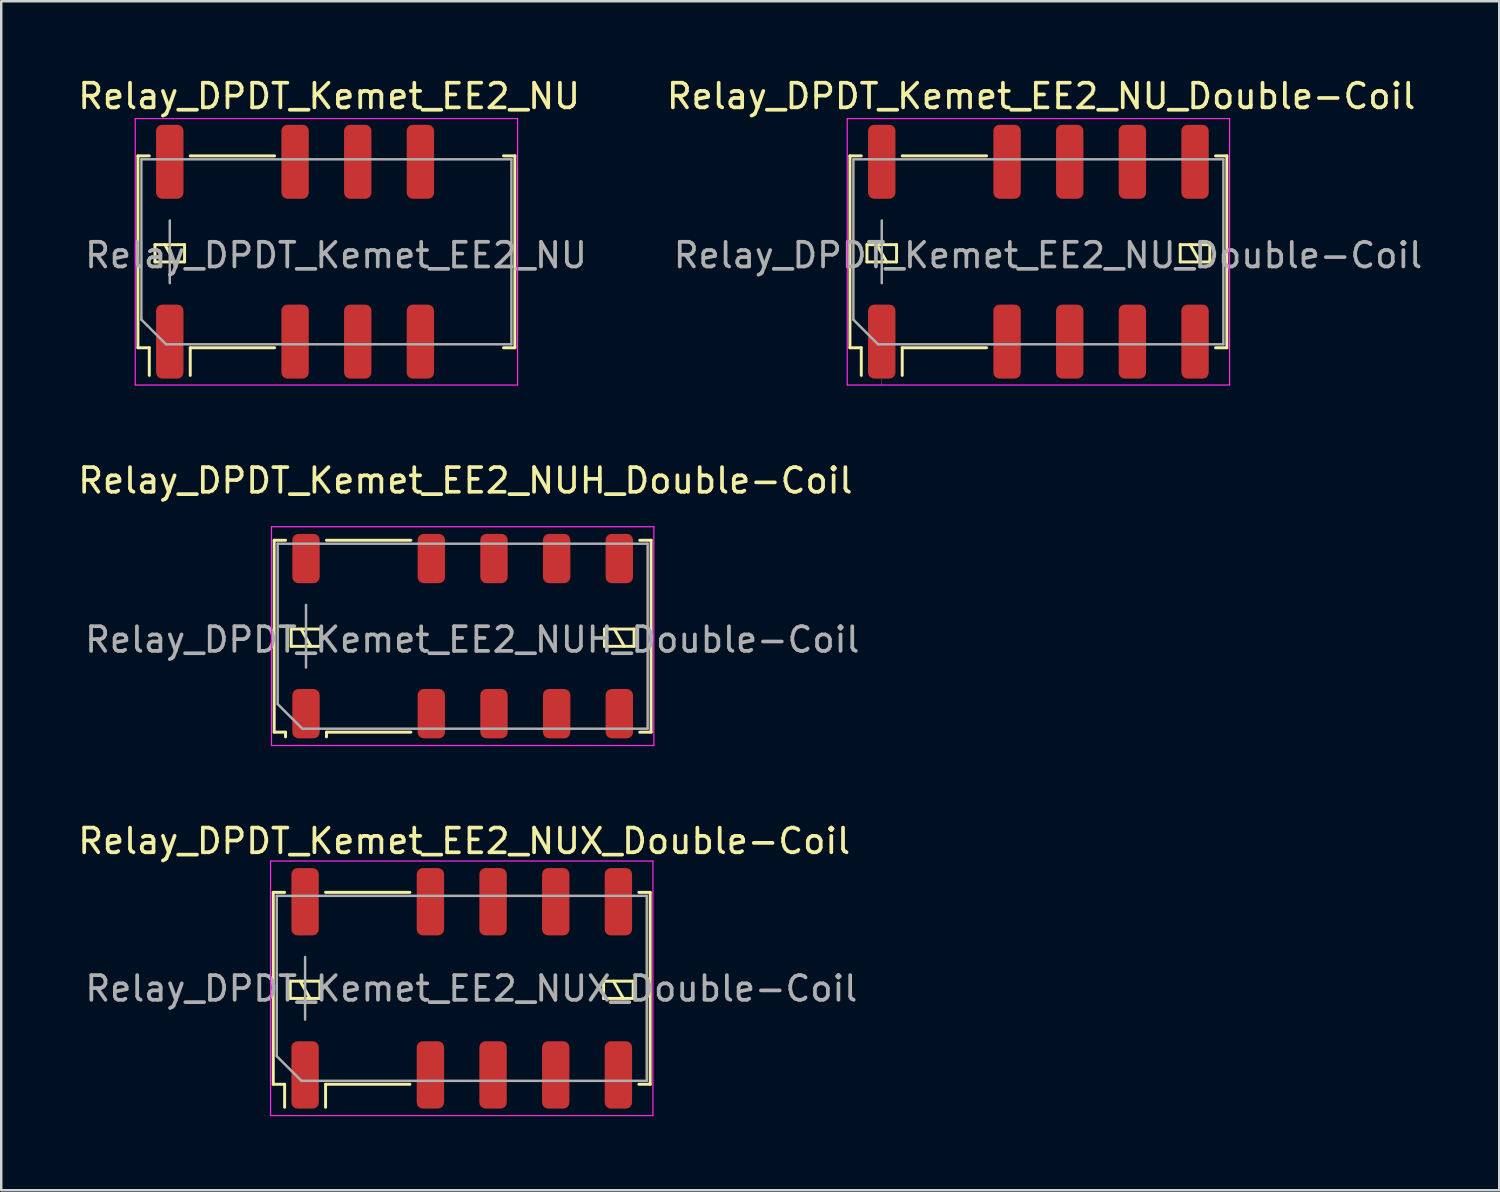
<source format=kicad_pcb>
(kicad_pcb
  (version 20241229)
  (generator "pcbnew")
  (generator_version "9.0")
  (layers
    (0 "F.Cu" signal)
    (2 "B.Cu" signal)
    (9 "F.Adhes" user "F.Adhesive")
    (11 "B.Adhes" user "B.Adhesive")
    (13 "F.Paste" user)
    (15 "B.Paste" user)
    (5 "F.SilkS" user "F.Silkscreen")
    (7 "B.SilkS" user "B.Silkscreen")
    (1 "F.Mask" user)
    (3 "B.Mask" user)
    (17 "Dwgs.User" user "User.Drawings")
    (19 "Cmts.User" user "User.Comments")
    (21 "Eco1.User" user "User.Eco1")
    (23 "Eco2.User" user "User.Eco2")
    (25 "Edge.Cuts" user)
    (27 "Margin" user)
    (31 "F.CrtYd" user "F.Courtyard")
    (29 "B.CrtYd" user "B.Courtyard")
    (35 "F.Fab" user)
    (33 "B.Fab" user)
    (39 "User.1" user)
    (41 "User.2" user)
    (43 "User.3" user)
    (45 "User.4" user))
  (footprint "Relay_DPDT_Kemet_EE2_NU"
    (layer "F.Cu")
    (at 8.912 7.143)
    (property "Reference" "Relay_DPDT_Kemet_EE2_NU" (at 1.38 -6.295 180) (layer "F.SilkS") (effects (font (size 1 1) (thickness 0.15))))
    (attr smd)
    (fp_line (start -6.37 -3.875) (end -6.37 3.905) (stroke (width 0.12) (type solid)) (layer "F.SilkS"))
    (fp_line (start -6.37 -3.875) (end -5.91 -3.875) (stroke (width 0.12) (type solid)) (layer "F.SilkS"))
    (fp_line (start -6.37 3.905) (end -5.91 3.905) (stroke (width 0.12) (type solid)) (layer "F.SilkS"))
    (fp_line (start -5.91 3.905) (end -5.91 5.025) (stroke (width 0.12) (type solid)) (layer "F.SilkS"))
    (fp_line (start -5.68 -0.275) (end -5.68 0.425) (stroke (width 0.12) (type solid)) (layer "F.SilkS"))
    (fp_line (start -5.68 0.425) (end -4.48 0.425) (stroke (width 0.12) (type solid)) (layer "F.SilkS"))
    (fp_line (start -4.88 0.425) (end -5.28 -0.275) (stroke (width 0.12) (type solid)) (layer "F.SilkS"))
    (fp_line (start -4.48 -0.275) (end -5.68 -0.275) (stroke (width 0.12) (type solid)) (layer "F.SilkS"))
    (fp_line (start -4.48 0.425) (end -4.48 -0.275) (stroke (width 0.12) (type solid)) (layer "F.SilkS"))
    (fp_line (start -4.25 -3.875) (end -0.83 -3.875) (stroke (width 0.12) (type solid)) (layer "F.SilkS"))
    (fp_line (start -4.25 3.905) (end -4.25 5.025) (stroke (width 0.12) (type solid)) (layer "F.SilkS"))
    (fp_line (start -4.25 3.905) (end -0.83 3.905) (stroke (width 0.12) (type solid)) (layer "F.SilkS"))
    (fp_line (start 8.45 -3.875) (end 8.91 -3.875) (stroke (width 0.12) (type solid)) (layer "F.SilkS"))
    (fp_line (start 8.45 3.905) (end 8.91 3.905) (stroke (width 0.12) (type solid)) (layer "F.SilkS"))
    (fp_line (start 8.91 -3.875) (end 8.91 3.905) (stroke (width 0.12) (type solid)) (layer "F.SilkS"))
    (fp_line (start -6.48 -5.385) (end -6.48 5.415) (stroke (width 0.05) (type solid)) (layer "F.CrtYd"))
    (fp_line (start -6.48 -5.385) (end 9.02 -5.385) (stroke (width 0.05) (type solid)) (layer "F.CrtYd"))
    (fp_line (start -6.48 5.415) (end 9.02 5.415) (stroke (width 0.05) (type solid)) (layer "F.CrtYd"))
    (fp_line (start 9.02 5.415) (end 9.02 -5.385) (stroke (width 0.05) (type solid)) (layer "F.CrtYd"))
    (fp_line (start -6.23 -3.735) (end -6.23 2.765) (stroke (width 0.1) (type solid)) (layer "F.Fab"))
    (fp_line (start -6.23 -3.735) (end 8.77 -3.735) (stroke (width 0.1) (type solid)) (layer "F.Fab"))
    (fp_line (start -5.23 3.765) (end -6.23 2.765) (stroke (width 0.1) (type solid)) (layer "F.Fab"))
    (fp_line (start -5.23 3.765) (end 8.77 3.765) (stroke (width 0.1) (type solid)) (layer "F.Fab"))
    (fp_line (start -5.08 1.285) (end -5.08 -1.255) (stroke (width 0.1) (type solid)) (layer "F.Fab"))
    (fp_line (start 8.77 -3.735) (end 8.77 3.765) (stroke (width 0.1) (type solid)) (layer "F.Fab"))
    (fp_text user "${REFERENCE}" (at 1.66 0.155 180) (layer "F.Fab") (effects (font (size 1 1) (thickness 0.15))))
    (pad "1" smd roundrect (at -5.08 3.655) (size 1.11 3) (layers "F.Cu" "F.Mask" "F.Paste") (roundrect_rratio 0.225))
    (pad "3" smd roundrect (at 0 3.655) (size 1.11 3) (layers "F.Cu" "F.Mask" "F.Paste") (roundrect_rratio 0.225))
    (pad "4" smd roundrect (at 2.54 3.655) (size 1.11 3) (layers "F.Cu" "F.Mask" "F.Paste") (roundrect_rratio 0.225))
    (pad "5" smd roundrect (at 5.08 3.655) (size 1.11 3) (layers "F.Cu" "F.Mask" "F.Paste") (roundrect_rratio 0.225))
    (pad "8" smd roundrect (at 5.08 -3.635) (size 1.11 3) (layers "F.Cu" "F.Mask" "F.Paste") (roundrect_rratio 0.225))
    (pad "9" smd roundrect (at 2.54 -3.635) (size 1.11 3) (layers "F.Cu" "F.Mask" "F.Paste") (roundrect_rratio 0.225))
    (pad "10" smd roundrect (at 0 -3.635) (size 1.11 3) (layers "F.Cu" "F.Mask" "F.Paste") (roundrect_rratio 0.225))
    (pad "12" smd roundrect (at -5.08 -3.635) (size 1.11 3) (layers "F.Cu" "F.Mask" "F.Paste") (roundrect_rratio 0.225)))
  (footprint "Relay_DPDT_Kemet_EE2_NU_Double-Coil"
    (layer "F.Cu")
    (at 32.695 10.798)
    (property "Reference" "Relay_DPDT_Kemet_EE2_NU_Double-Coil" (at 6.46 -9.95 180) (layer "F.SilkS") (effects (font (size 1 1) (thickness 0.15))))
    (attr smd)
    (fp_line (start -1.29 -7.53) (end -1.29 0.25) (stroke (width 0.12) (type solid)) (layer "F.SilkS"))
    (fp_line (start -1.29 -7.53) (end -0.83 -7.53) (stroke (width 0.12) (type solid)) (layer "F.SilkS"))
    (fp_line (start -1.29 0.25) (end -0.83 0.25) (stroke (width 0.12) (type solid)) (layer "F.SilkS"))
    (fp_line (start -0.83 0.25) (end -0.83 1.37) (stroke (width 0.12) (type solid)) (layer "F.SilkS"))
    (fp_line (start -0.6 -3.93) (end -0.6 -3.23) (stroke (width 0.12) (type solid)) (layer "F.SilkS"))
    (fp_line (start -0.6 -3.23) (end 0.6 -3.23) (stroke (width 0.12) (type solid)) (layer "F.SilkS"))
    (fp_line (start 0.2 -3.23) (end -0.2 -3.93) (stroke (width 0.12) (type solid)) (layer "F.SilkS"))
    (fp_line (start 0.6 -3.93) (end -0.6 -3.93) (stroke (width 0.12) (type solid)) (layer "F.SilkS"))
    (fp_line (start 0.6 -3.23) (end 0.6 -3.93) (stroke (width 0.12) (type solid)) (layer "F.SilkS"))
    (fp_line (start 0.83 -7.53) (end 4.25 -7.53) (stroke (width 0.12) (type solid)) (layer "F.SilkS"))
    (fp_line (start 0.83 0.25) (end 0.83 1.37) (stroke (width 0.12) (type solid)) (layer "F.SilkS"))
    (fp_line (start 0.83 0.25) (end 4.25 0.25) (stroke (width 0.12) (type solid)) (layer "F.SilkS"))
    (fp_line (start 12.1 -3.93) (end 12.1 -3.23) (stroke (width 0.12) (type solid)) (layer "F.SilkS"))
    (fp_line (start 12.1 -3.23) (end 13.3 -3.23) (stroke (width 0.12) (type solid)) (layer "F.SilkS"))
    (fp_line (start 12.9 -3.23) (end 12.5 -3.93) (stroke (width 0.12) (type solid)) (layer "F.SilkS"))
    (fp_line (start 13.3 -3.93) (end 12.1 -3.93) (stroke (width 0.12) (type solid)) (layer "F.SilkS"))
    (fp_line (start 13.3 -3.23) (end 13.3 -3.93) (stroke (width 0.12) (type solid)) (layer "F.SilkS"))
    (fp_line (start 13.53 -7.53) (end 13.99 -7.53) (stroke (width 0.12) (type solid)) (layer "F.SilkS"))
    (fp_line (start 13.53 0.25) (end 13.99 0.25) (stroke (width 0.12) (type solid)) (layer "F.SilkS"))
    (fp_line (start 13.99 -7.53) (end 13.99 0.25) (stroke (width 0.12) (type solid)) (layer "F.SilkS"))
    (fp_line (start -1.4 -9.04) (end -1.4 1.76) (stroke (width 0.05) (type solid)) (layer "F.CrtYd"))
    (fp_line (start -1.4 -9.04) (end 14.1 -9.04) (stroke (width 0.05) (type solid)) (layer "F.CrtYd"))
    (fp_line (start -1.4 1.76) (end 14.1 1.76) (stroke (width 0.05) (type solid)) (layer "F.CrtYd"))
    (fp_line (start 14.1 1.76) (end 14.1 -9.04) (stroke (width 0.05) (type solid)) (layer "F.CrtYd"))
    (fp_line (start -1.15 -7.39) (end -1.15 -0.89) (stroke (width 0.1) (type solid)) (layer "F.Fab"))
    (fp_line (start -1.15 -7.39) (end 13.85 -7.39) (stroke (width 0.1) (type solid)) (layer "F.Fab"))
    (fp_line (start -0.15 0.11) (end -1.15 -0.89) (stroke (width 0.1) (type solid)) (layer "F.Fab"))
    (fp_line (start -0.15 0.11) (end 13.85 0.11) (stroke (width 0.1) (type solid)) (layer "F.Fab"))
    (fp_line (start 0 -2.37) (end 0 -4.91) (stroke (width 0.1) (type solid)) (layer "F.Fab"))
    (fp_line (start 0 1.76) (end 0 1.51) (stroke (width 0.01) (type solid)) (layer "F.Fab"))
    (fp_line (start 13.85 -7.39) (end 13.85 0.11) (stroke (width 0.1) (type solid)) (layer "F.Fab"))
    (fp_text user "${REFERENCE}" (at 6.74 -3.5 180) (layer "F.Fab") (effects (font (size 1 1) (thickness 0.15))))
    (pad "1" smd roundrect (at 0 0) (size 1.11 3) (layers "F.Cu" "F.Mask" "F.Paste") (roundrect_rratio 0.225))
    (pad "3" smd roundrect (at 5.08 0) (size 1.11 3) (layers "F.Cu" "F.Mask" "F.Paste") (roundrect_rratio 0.225))
    (pad "4" smd roundrect (at 7.62 0) (size 1.11 3) (layers "F.Cu" "F.Mask" "F.Paste") (roundrect_rratio 0.225))
    (pad "5" smd roundrect (at 10.16 0) (size 1.11 3) (layers "F.Cu" "F.Mask" "F.Paste") (roundrect_rratio 0.225))
    (pad "6" smd roundrect (at 12.7 0) (size 1.11 3) (layers "F.Cu" "F.Mask" "F.Paste") (roundrect_rratio 0.225))
    (pad "7" smd roundrect (at 12.7 -7.29) (size 1.11 3) (layers "F.Cu" "F.Mask" "F.Paste") (roundrect_rratio 0.225))
    (pad "8" smd roundrect (at 10.16 -7.29) (size 1.11 3) (layers "F.Cu" "F.Mask" "F.Paste") (roundrect_rratio 0.225))
    (pad "9" smd roundrect (at 7.62 -7.29) (size 1.11 3) (layers "F.Cu" "F.Mask" "F.Paste") (roundrect_rratio 0.225))
    (pad "10" smd roundrect (at 5.08 -7.29) (size 1.11 3) (layers "F.Cu" "F.Mask" "F.Paste") (roundrect_rratio 0.225))
    (pad "12" smd roundrect (at 0 -7.29) (size 1.11 3) (layers "F.Cu" "F.Mask" "F.Paste") (roundrect_rratio 0.225)))
  (footprint "Relay_DPDT_Kemet_EE2_NUX_Double-Coil"
    (layer "F.Cu")
    (at 15.668 37.015)
    (property "Reference" "Relay_DPDT_Kemet_EE2_NUX_Double-Coil" (at 0.1 -5.97 180) (layer "F.SilkS") (effects (font (size 1 1) (thickness 0.15))))
    (attr smd)
    (fp_line (start -7.64 -3.89) (end -7.64 3.89) (stroke (width 0.12) (type solid)) (layer "F.SilkS"))
    (fp_line (start -7.64 -3.89) (end -7.18 -3.89) (stroke (width 0.12) (type solid)) (layer "F.SilkS"))
    (fp_line (start -7.64 3.89) (end -7.18 3.89) (stroke (width 0.12) (type solid)) (layer "F.SilkS"))
    (fp_line (start -7.18 3.89) (end -7.18 4.82) (stroke (width 0.12) (type solid)) (layer "F.SilkS"))
    (fp_line (start -6.95 -0.29) (end -6.95 0.41) (stroke (width 0.12) (type solid)) (layer "F.SilkS"))
    (fp_line (start -6.95 0.41) (end -5.75 0.41) (stroke (width 0.12) (type solid)) (layer "F.SilkS"))
    (fp_line (start -6.15 0.41) (end -6.55 -0.29) (stroke (width 0.12) (type solid)) (layer "F.SilkS"))
    (fp_line (start -5.75 -0.29) (end -6.95 -0.29) (stroke (width 0.12) (type solid)) (layer "F.SilkS"))
    (fp_line (start -5.75 0.41) (end -5.75 -0.29) (stroke (width 0.12) (type solid)) (layer "F.SilkS"))
    (fp_line (start -5.52 -3.89) (end -2.1 -3.89) (stroke (width 0.12) (type solid)) (layer "F.SilkS"))
    (fp_line (start -5.52 3.89) (end -5.52 4.82) (stroke (width 0.12) (type solid)) (layer "F.SilkS"))
    (fp_line (start -5.52 3.89) (end -2.1 3.89) (stroke (width 0.12) (type solid)) (layer "F.SilkS"))
    (fp_line (start 5.75 -0.29) (end 5.75 0.41) (stroke (width 0.12) (type solid)) (layer "F.SilkS"))
    (fp_line (start 5.75 0.41) (end 6.95 0.41) (stroke (width 0.12) (type solid)) (layer "F.SilkS"))
    (fp_line (start 6.55 0.41) (end 6.15 -0.29) (stroke (width 0.12) (type solid)) (layer "F.SilkS"))
    (fp_line (start 6.95 -0.29) (end 5.75 -0.29) (stroke (width 0.12) (type solid)) (layer "F.SilkS"))
    (fp_line (start 6.95 0.41) (end 6.95 -0.29) (stroke (width 0.12) (type solid)) (layer "F.SilkS"))
    (fp_line (start 7.18 -3.89) (end 7.64 -3.89) (stroke (width 0.12) (type solid)) (layer "F.SilkS"))
    (fp_line (start 7.18 3.89) (end 7.64 3.89) (stroke (width 0.12) (type solid)) (layer "F.SilkS"))
    (fp_line (start 7.64 -3.89) (end 7.64 3.89) (stroke (width 0.12) (type solid)) (layer "F.SilkS"))
    (fp_line (start -7.75 -5.16) (end -7.75 5.16) (stroke (width 0.05) (type solid)) (layer "F.CrtYd"))
    (fp_line (start -7.75 -5.16) (end 7.75 -5.16) (stroke (width 0.05) (type solid)) (layer "F.CrtYd"))
    (fp_line (start -7.75 5.16) (end 7.75 5.16) (stroke (width 0.05) (type solid)) (layer "F.CrtYd"))
    (fp_line (start 7.75 5.16) (end 7.75 -5.16) (stroke (width 0.05) (type solid)) (layer "F.CrtYd"))
    (fp_line (start -7.5 -3.75) (end -7.5 2.75) (stroke (width 0.1) (type solid)) (layer "F.Fab"))
    (fp_line (start -7.5 -3.75) (end 7.5 -3.75) (stroke (width 0.1) (type solid)) (layer "F.Fab"))
    (fp_line (start -6.5 3.75) (end -7.5 2.75) (stroke (width 0.1) (type solid)) (layer "F.Fab"))
    (fp_line (start -6.5 3.75) (end 7.5 3.75) (stroke (width 0.1) (type solid)) (layer "F.Fab"))
    (fp_line (start -6.35 1.27) (end -6.35 -1.27) (stroke (width 0.1) (type solid)) (layer "F.Fab"))
    (fp_line (start 7.5 -3.75) (end 7.5 3.75) (stroke (width 0.1) (type solid)) (layer "F.Fab"))
    (fp_text user "${REFERENCE}" (at 0.39 0.01 180) (layer "F.Fab") (effects (font (size 1 1) (thickness 0.15))))
    (pad "1" smd roundrect (at -6.35 3.51) (size 1.11 2.73) (layers "F.Cu" "F.Mask" "F.Paste") (roundrect_rratio 0.225))
    (pad "3" smd roundrect (at -1.27 3.51) (size 1.11 2.73) (layers "F.Cu" "F.Mask" "F.Paste") (roundrect_rratio 0.225))
    (pad "4" smd roundrect (at 1.27 3.51) (size 1.11 2.73) (layers "F.Cu" "F.Mask" "F.Paste") (roundrect_rratio 0.225))
    (pad "5" smd roundrect (at 3.81 3.51) (size 1.11 2.73) (layers "F.Cu" "F.Mask" "F.Paste") (roundrect_rratio 0.225))
    (pad "6" smd roundrect (at 6.35 3.51) (size 1.11 2.73) (layers "F.Cu" "F.Mask" "F.Paste") (roundrect_rratio 0.225))
    (pad "7" smd roundrect (at 6.35 -3.51) (size 1.11 2.73) (layers "F.Cu" "F.Mask" "F.Paste") (roundrect_rratio 0.225))
    (pad "8" smd roundrect (at 3.81 -3.51) (size 1.11 2.73) (layers "F.Cu" "F.Mask" "F.Paste") (roundrect_rratio 0.225))
    (pad "9" smd roundrect (at 1.27 -3.51) (size 1.11 2.73) (layers "F.Cu" "F.Mask" "F.Paste") (roundrect_rratio 0.225))
    (pad "10" smd roundrect (at -1.27 -3.51) (size 1.11 2.73) (layers "F.Cu" "F.Mask" "F.Paste") (roundrect_rratio 0.225))
    (pad "12" smd roundrect (at -6.35 -3.51) (size 1.11 2.73) (layers "F.Cu" "F.Mask" "F.Paste") (roundrect_rratio 0.225)))
  (footprint "Relay_DPDT_Kemet_EE2_NUH_Double-Coil"
    (layer "F.Cu")
    (at 9.355 25.881)
    (property "Reference" "Relay_DPDT_Kemet_EE2_NUH_Double-Coil" (at 6.46 -9.45 180) (layer "F.SilkS") (effects (font (size 1 1) (thickness 0.15))))
    (attr smd)
    (fp_line (start -1.29 -7.03) (end -1.29 0.75) (stroke (width 0.12) (type solid)) (layer "F.SilkS"))
    (fp_line (start -1.29 -7.03) (end -0.83 -7.03) (stroke (width 0.12) (type solid)) (layer "F.SilkS"))
    (fp_line (start -1.29 0.75) (end -0.83 0.75) (stroke (width 0.12) (type solid)) (layer "F.SilkS"))
    (fp_line (start -0.83 0.75) (end -0.83 0.94) (stroke (width 0.12) (type solid)) (layer "F.SilkS"))
    (fp_line (start -0.6 -3.43) (end -0.6 -2.73) (stroke (width 0.12) (type solid)) (layer "F.SilkS"))
    (fp_line (start -0.6 -2.73) (end 0.6 -2.73) (stroke (width 0.12) (type solid)) (layer "F.SilkS"))
    (fp_line (start 0.2 -2.73) (end -0.2 -3.43) (stroke (width 0.12) (type solid)) (layer "F.SilkS"))
    (fp_line (start 0.6 -3.43) (end -0.6 -3.43) (stroke (width 0.12) (type solid)) (layer "F.SilkS"))
    (fp_line (start 0.6 -2.73) (end 0.6 -3.43) (stroke (width 0.12) (type solid)) (layer "F.SilkS"))
    (fp_line (start 0.83 -7.03) (end 4.25 -7.03) (stroke (width 0.12) (type solid)) (layer "F.SilkS"))
    (fp_line (start 0.83 0.75) (end 0.83 0.94) (stroke (width 0.12) (type solid)) (layer "F.SilkS"))
    (fp_line (start 0.83 0.75) (end 4.25 0.75) (stroke (width 0.12) (type solid)) (layer "F.SilkS"))
    (fp_line (start 12.1 -3.43) (end 12.1 -2.73) (stroke (width 0.12) (type solid)) (layer "F.SilkS"))
    (fp_line (start 12.1 -2.73) (end 13.3 -2.73) (stroke (width 0.12) (type solid)) (layer "F.SilkS"))
    (fp_line (start 12.9 -2.73) (end 12.5 -3.43) (stroke (width 0.12) (type solid)) (layer "F.SilkS"))
    (fp_line (start 13.3 -3.43) (end 12.1 -3.43) (stroke (width 0.12) (type solid)) (layer "F.SilkS"))
    (fp_line (start 13.3 -2.73) (end 13.3 -3.43) (stroke (width 0.12) (type solid)) (layer "F.SilkS"))
    (fp_line (start 13.53 -7.03) (end 13.99 -7.03) (stroke (width 0.12) (type solid)) (layer "F.SilkS"))
    (fp_line (start 13.53 0.75) (end 13.99 0.75) (stroke (width 0.12) (type solid)) (layer "F.SilkS"))
    (fp_line (start 13.99 -7.03) (end 13.99 0.75) (stroke (width 0.12) (type solid)) (layer "F.SilkS"))
    (fp_line (start -1.4 -7.58) (end -1.4 1.29) (stroke (width 0.05) (type solid)) (layer "F.CrtYd"))
    (fp_line (start -1.4 -7.58) (end 14.1 -7.58) (stroke (width 0.05) (type solid)) (layer "F.CrtYd"))
    (fp_line (start -1.4 1.29) (end 14.1 1.29) (stroke (width 0.05) (type solid)) (layer "F.CrtYd"))
    (fp_line (start 14.1 1.29) (end 14.1 -7.58) (stroke (width 0.05) (type solid)) (layer "F.CrtYd"))
    (fp_line (start -1.15 -6.89) (end -1.15 -0.39) (stroke (width 0.1) (type solid)) (layer "F.Fab"))
    (fp_line (start -1.15 -6.89) (end 13.85 -6.89) (stroke (width 0.1) (type solid)) (layer "F.Fab"))
    (fp_line (start -0.15 0.61) (end -1.15 -0.39) (stroke (width 0.1) (type solid)) (layer "F.Fab"))
    (fp_line (start -0.15 0.61) (end 13.85 0.61) (stroke (width 0.1) (type solid)) (layer "F.Fab"))
    (fp_line (start 0 -1.87) (end 0 -4.41) (stroke (width 0.1) (type solid)) (layer "F.Fab"))
    (fp_line (start 13.85 -6.89) (end 13.85 0.61) (stroke (width 0.1) (type solid)) (layer "F.Fab"))
    (fp_text user "${REFERENCE}" (at 6.74 -3 180) (layer "F.Fab") (effects (font (size 1 1) (thickness 0.15))))
    (pad "1" smd roundrect (at 0 0) (size 1.11 2) (layers "F.Cu" "F.Mask" "F.Paste") (roundrect_rratio 0.225))
    (pad "3" smd roundrect (at 5.08 0) (size 1.11 2) (layers "F.Cu" "F.Mask" "F.Paste") (roundrect_rratio 0.225))
    (pad "4" smd roundrect (at 7.62 0) (size 1.11 2) (layers "F.Cu" "F.Mask" "F.Paste") (roundrect_rratio 0.225))
    (pad "5" smd roundrect (at 10.16 0) (size 1.11 2) (layers "F.Cu" "F.Mask" "F.Paste") (roundrect_rratio 0.225))
    (pad "6" smd roundrect (at 12.7 0) (size 1.11 2) (layers "F.Cu" "F.Mask" "F.Paste") (roundrect_rratio 0.225))
    (pad "7" smd roundrect (at 12.7 -6.29) (size 1.11 2) (layers "F.Cu" "F.Mask" "F.Paste") (roundrect_rratio 0.225))
    (pad "8" smd roundrect (at 10.16 -6.29) (size 1.11 2) (layers "F.Cu" "F.Mask" "F.Paste") (roundrect_rratio 0.225))
    (pad "9" smd roundrect (at 7.62 -6.29) (size 1.11 2) (layers "F.Cu" "F.Mask" "F.Paste") (roundrect_rratio 0.225))
    (pad "10" smd roundrect (at 5.08 -6.29) (size 1.11 2) (layers "F.Cu" "F.Mask" "F.Paste") (roundrect_rratio 0.225))
    (pad "12" smd roundrect (at 0 -6.29) (size 1.11 2) (layers "F.Cu" "F.Mask" "F.Paste") (roundrect_rratio 0.225)))
  (gr_rect
    (start -3 -3)
    (end 57.727 45.2)
    (stroke (width 0.1) (type default))
    (fill no)
    (layer "Edge.Cuts")))
</source>
